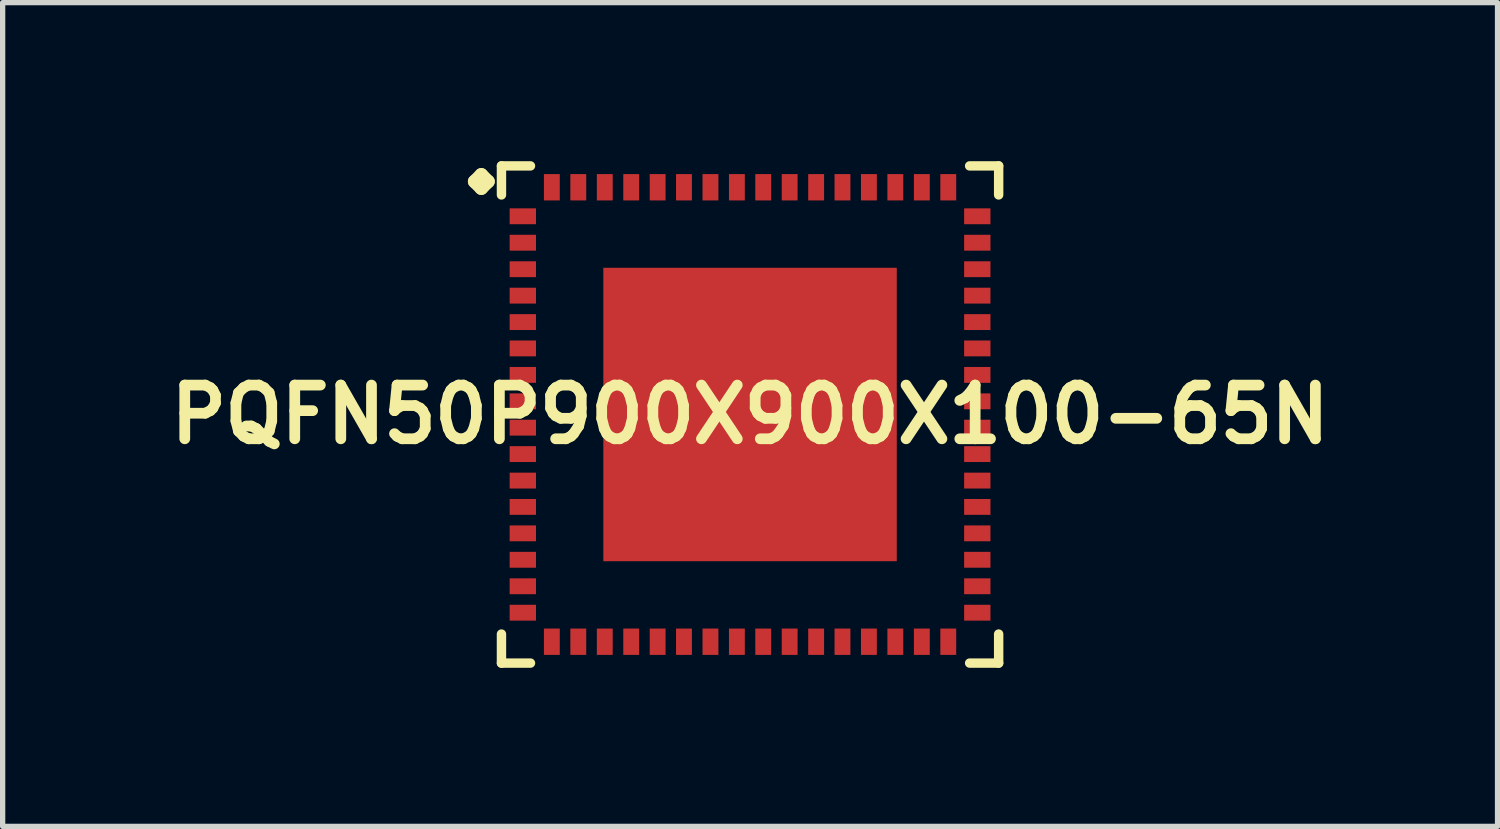
<source format=kicad_pcb>
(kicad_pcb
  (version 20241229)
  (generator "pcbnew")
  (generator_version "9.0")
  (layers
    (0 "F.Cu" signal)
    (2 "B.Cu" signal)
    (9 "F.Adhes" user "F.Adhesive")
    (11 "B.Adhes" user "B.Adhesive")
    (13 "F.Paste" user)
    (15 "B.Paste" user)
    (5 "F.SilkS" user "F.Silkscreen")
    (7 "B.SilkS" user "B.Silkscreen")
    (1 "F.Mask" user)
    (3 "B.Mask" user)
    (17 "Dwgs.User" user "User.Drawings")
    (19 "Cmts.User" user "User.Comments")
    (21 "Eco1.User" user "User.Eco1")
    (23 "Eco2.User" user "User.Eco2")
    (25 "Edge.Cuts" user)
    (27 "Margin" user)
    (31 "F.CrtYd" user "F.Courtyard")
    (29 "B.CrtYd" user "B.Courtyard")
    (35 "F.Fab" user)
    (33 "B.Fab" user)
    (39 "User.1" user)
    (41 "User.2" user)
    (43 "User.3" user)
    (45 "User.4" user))
  (footprint "PQFN50P900X900X100-65N"
    (layer "F.Cu")
    (at 11.137 4.79)
    (property "Reference" "PQFN50P900X900X100-65N" (at 0 0 0) (layer "F.SilkS") (effects (font (size 1.016 1.016) (thickness 0.203))))
    (attr smd)
    (fp_line (start -5.21 -4.407) (end -5.083 -4.534) (stroke (width 0.254) (type solid)) (layer "F.SilkS"))
    (fp_line (start -5.083 -4.534) (end -4.956 -4.407) (stroke (width 0.254) (type solid)) (layer "F.SilkS"))
    (fp_line (start -5.083 -4.28) (end -5.21 -4.407) (stroke (width 0.254) (type solid)) (layer "F.SilkS"))
    (fp_line (start -4.956 -4.407) (end -5.083 -4.28) (stroke (width 0.254) (type solid)) (layer "F.SilkS"))
    (fp_line (start -4.702 -4.702) (end -4.153 -4.702) (stroke (width 0.178) (type solid)) (layer "F.SilkS"))
    (fp_line (start -4.702 -4.153) (end -4.702 -4.702) (stroke (width 0.178) (type solid)) (layer "F.SilkS"))
    (fp_line (start -4.702 4.153) (end -4.702 4.702) (stroke (width 0.178) (type solid)) (layer "F.SilkS"))
    (fp_line (start -4.702 4.702) (end -4.153 4.702) (stroke (width 0.178) (type solid)) (layer "F.SilkS"))
    (fp_line (start 4.153 -4.702) (end 4.702 -4.702) (stroke (width 0.178) (type solid)) (layer "F.SilkS"))
    (fp_line (start 4.153 4.702) (end 4.702 4.702) (stroke (width 0.178) (type solid)) (layer "F.SilkS"))
    (fp_line (start 4.702 -4.702) (end 4.702 -4.153) (stroke (width 0.178) (type solid)) (layer "F.SilkS"))
    (fp_line (start 4.702 4.702) (end 4.702 4.153) (stroke (width 0.178) (type solid)) (layer "F.SilkS"))
    (pad "1" smd rect (at -4.298 -3.749) (size 0.498 0.3) (layers "F.Cu" "F.Mask" "F.Paste"))
    (pad "2" smd rect (at -4.298 -3.249) (size 0.498 0.3) (layers "F.Cu" "F.Mask" "F.Paste"))
    (pad "3" smd rect (at -4.298 -2.748) (size 0.498 0.3) (layers "F.Cu" "F.Mask" "F.Paste"))
    (pad "4" smd rect (at -4.298 -2.248) (size 0.498 0.3) (layers "F.Cu" "F.Mask" "F.Paste"))
    (pad "5" smd rect (at -4.298 -1.748) (size 0.498 0.3) (layers "F.Cu" "F.Mask" "F.Paste"))
    (pad "6" smd rect (at -4.298 -1.25) (size 0.498 0.3) (layers "F.Cu" "F.Mask" "F.Paste"))
    (pad "7" smd rect (at -4.298 -0.749) (size 0.498 0.3) (layers "F.Cu" "F.Mask" "F.Paste"))
    (pad "8" smd rect (at -4.298 -0.249) (size 0.498 0.3) (layers "F.Cu" "F.Mask" "F.Paste"))
    (pad "9" smd rect (at -4.298 0.249) (size 0.498 0.3) (layers "F.Cu" "F.Mask" "F.Paste"))
    (pad "10" smd rect (at -4.298 0.749) (size 0.498 0.3) (layers "F.Cu" "F.Mask" "F.Paste"))
    (pad "11" smd rect (at -4.298 1.25) (size 0.498 0.3) (layers "F.Cu" "F.Mask" "F.Paste"))
    (pad "12" smd rect (at -4.298 1.748) (size 0.498 0.3) (layers "F.Cu" "F.Mask" "F.Paste"))
    (pad "13" smd rect (at -4.298 2.248) (size 0.498 0.3) (layers "F.Cu" "F.Mask" "F.Paste"))
    (pad "14" smd rect (at -4.298 2.748) (size 0.498 0.3) (layers "F.Cu" "F.Mask" "F.Paste"))
    (pad "15" smd rect (at -4.298 3.249) (size 0.498 0.3) (layers "F.Cu" "F.Mask" "F.Paste"))
    (pad "16" smd rect (at -4.298 3.749) (size 0.498 0.3) (layers "F.Cu" "F.Mask" "F.Paste"))
    (pad "17" smd rect (at -3.749 4.298) (size 0.3 0.498) (layers "F.Cu" "F.Mask" "F.Paste"))
    (pad "18" smd rect (at -3.249 4.298) (size 0.3 0.498) (layers "F.Cu" "F.Mask" "F.Paste"))
    (pad "19" smd rect (at -2.748 4.298) (size 0.3 0.498) (layers "F.Cu" "F.Mask" "F.Paste"))
    (pad "20" smd rect (at -2.248 4.298) (size 0.3 0.498) (layers "F.Cu" "F.Mask" "F.Paste"))
    (pad "21" smd rect (at -1.748 4.298) (size 0.3 0.498) (layers "F.Cu" "F.Mask" "F.Paste"))
    (pad "22" smd rect (at -1.25 4.298) (size 0.3 0.498) (layers "F.Cu" "F.Mask" "F.Paste"))
    (pad "23" smd rect (at -0.749 4.298) (size 0.3 0.498) (layers "F.Cu" "F.Mask" "F.Paste"))
    (pad "24" smd rect (at -0.249 4.298) (size 0.3 0.498) (layers "F.Cu" "F.Mask" "F.Paste"))
    (pad "25" smd rect (at 0.249 4.298) (size 0.3 0.498) (layers "F.Cu" "F.Mask" "F.Paste"))
    (pad "26" smd rect (at 0.749 4.298) (size 0.3 0.498) (layers "F.Cu" "F.Mask" "F.Paste"))
    (pad "27" smd rect (at 1.25 4.298) (size 0.3 0.498) (layers "F.Cu" "F.Mask" "F.Paste"))
    (pad "28" smd rect (at 1.748 4.298) (size 0.3 0.498) (layers "F.Cu" "F.Mask" "F.Paste"))
    (pad "29" smd rect (at 2.248 4.298) (size 0.3 0.498) (layers "F.Cu" "F.Mask" "F.Paste"))
    (pad "30" smd rect (at 2.748 4.298) (size 0.3 0.498) (layers "F.Cu" "F.Mask" "F.Paste"))
    (pad "31" smd rect (at 3.249 4.298) (size 0.3 0.498) (layers "F.Cu" "F.Mask" "F.Paste"))
    (pad "32" smd rect (at 3.749 4.298) (size 0.3 0.498) (layers "F.Cu" "F.Mask" "F.Paste"))
    (pad "33" smd rect (at 4.298 3.749) (size 0.498 0.3) (layers "F.Cu" "F.Mask" "F.Paste"))
    (pad "34" smd rect (at 4.298 3.249) (size 0.498 0.3) (layers "F.Cu" "F.Mask" "F.Paste"))
    (pad "35" smd rect (at 4.298 2.748) (size 0.498 0.3) (layers "F.Cu" "F.Mask" "F.Paste"))
    (pad "36" smd rect (at 4.298 2.248) (size 0.498 0.3) (layers "F.Cu" "F.Mask" "F.Paste"))
    (pad "37" smd rect (at 4.298 1.748) (size 0.498 0.3) (layers "F.Cu" "F.Mask" "F.Paste"))
    (pad "38" smd rect (at 4.298 1.25) (size 0.498 0.3) (layers "F.Cu" "F.Mask" "F.Paste"))
    (pad "39" smd rect (at 4.298 0.749) (size 0.498 0.3) (layers "F.Cu" "F.Mask" "F.Paste"))
    (pad "40" smd rect (at 4.298 0.249) (size 0.498 0.3) (layers "F.Cu" "F.Mask" "F.Paste"))
    (pad "41" smd rect (at 4.298 -0.249) (size 0.498 0.3) (layers "F.Cu" "F.Mask" "F.Paste"))
    (pad "42" smd rect (at 4.298 -0.749) (size 0.498 0.3) (layers "F.Cu" "F.Mask" "F.Paste"))
    (pad "43" smd rect (at 4.298 -1.25) (size 0.498 0.3) (layers "F.Cu" "F.Mask" "F.Paste"))
    (pad "44" smd rect (at 4.298 -1.748) (size 0.498 0.3) (layers "F.Cu" "F.Mask" "F.Paste"))
    (pad "45" smd rect (at 4.298 -2.248) (size 0.498 0.3) (layers "F.Cu" "F.Mask" "F.Paste"))
    (pad "46" smd rect (at 4.298 -2.748) (size 0.498 0.3) (layers "F.Cu" "F.Mask" "F.Paste"))
    (pad "47" smd rect (at 4.298 -3.249) (size 0.498 0.3) (layers "F.Cu" "F.Mask" "F.Paste"))
    (pad "48" smd rect (at 4.298 -3.749) (size 0.498 0.3) (layers "F.Cu" "F.Mask" "F.Paste"))
    (pad "49" smd rect (at 3.749 -4.298) (size 0.3 0.498) (layers "F.Cu" "F.Mask" "F.Paste"))
    (pad "50" smd rect (at 3.249 -4.298) (size 0.3 0.498) (layers "F.Cu" "F.Mask" "F.Paste"))
    (pad "51" smd rect (at 2.748 -4.298) (size 0.3 0.498) (layers "F.Cu" "F.Mask" "F.Paste"))
    (pad "52" smd rect (at 2.248 -4.298) (size 0.3 0.498) (layers "F.Cu" "F.Mask" "F.Paste"))
    (pad "53" smd rect (at 1.748 -4.298) (size 0.3 0.498) (layers "F.Cu" "F.Mask" "F.Paste"))
    (pad "54" smd rect (at 1.25 -4.298) (size 0.3 0.498) (layers "F.Cu" "F.Mask" "F.Paste"))
    (pad "55" smd rect (at 0.749 -4.298) (size 0.3 0.498) (layers "F.Cu" "F.Mask" "F.Paste"))
    (pad "56" smd rect (at 0.249 -4.298) (size 0.3 0.498) (layers "F.Cu" "F.Mask" "F.Paste"))
    (pad "57" smd rect (at -0.249 -4.298) (size 0.3 0.498) (layers "F.Cu" "F.Mask" "F.Paste"))
    (pad "58" smd rect (at -0.749 -4.298) (size 0.3 0.498) (layers "F.Cu" "F.Mask" "F.Paste"))
    (pad "59" smd rect (at -1.25 -4.298) (size 0.3 0.498) (layers "F.Cu" "F.Mask" "F.Paste"))
    (pad "60" smd rect (at -1.748 -4.298) (size 0.3 0.498) (layers "F.Cu" "F.Mask" "F.Paste"))
    (pad "61" smd rect (at -2.248 -4.298) (size 0.3 0.498) (layers "F.Cu" "F.Mask" "F.Paste"))
    (pad "62" smd rect (at -2.748 -4.298) (size 0.3 0.498) (layers "F.Cu" "F.Mask" "F.Paste"))
    (pad "63" smd rect (at -3.249 -4.298) (size 0.3 0.498) (layers "F.Cu" "F.Mask" "F.Paste"))
    (pad "64" smd rect (at -3.749 -4.298) (size 0.3 0.498) (layers "F.Cu" "F.Mask" "F.Paste"))
    (pad "65" smd rect (at 0 0) (size 5.55 5.55) (layers "F.Cu" "F.Mask" "F.Paste")))
  (gr_rect
    (start -3 -3)
    (end 25.275 12.581)
    (stroke (width 0.1) (type default))
    (fill no)
    (layer "Edge.Cuts")))
</source>
